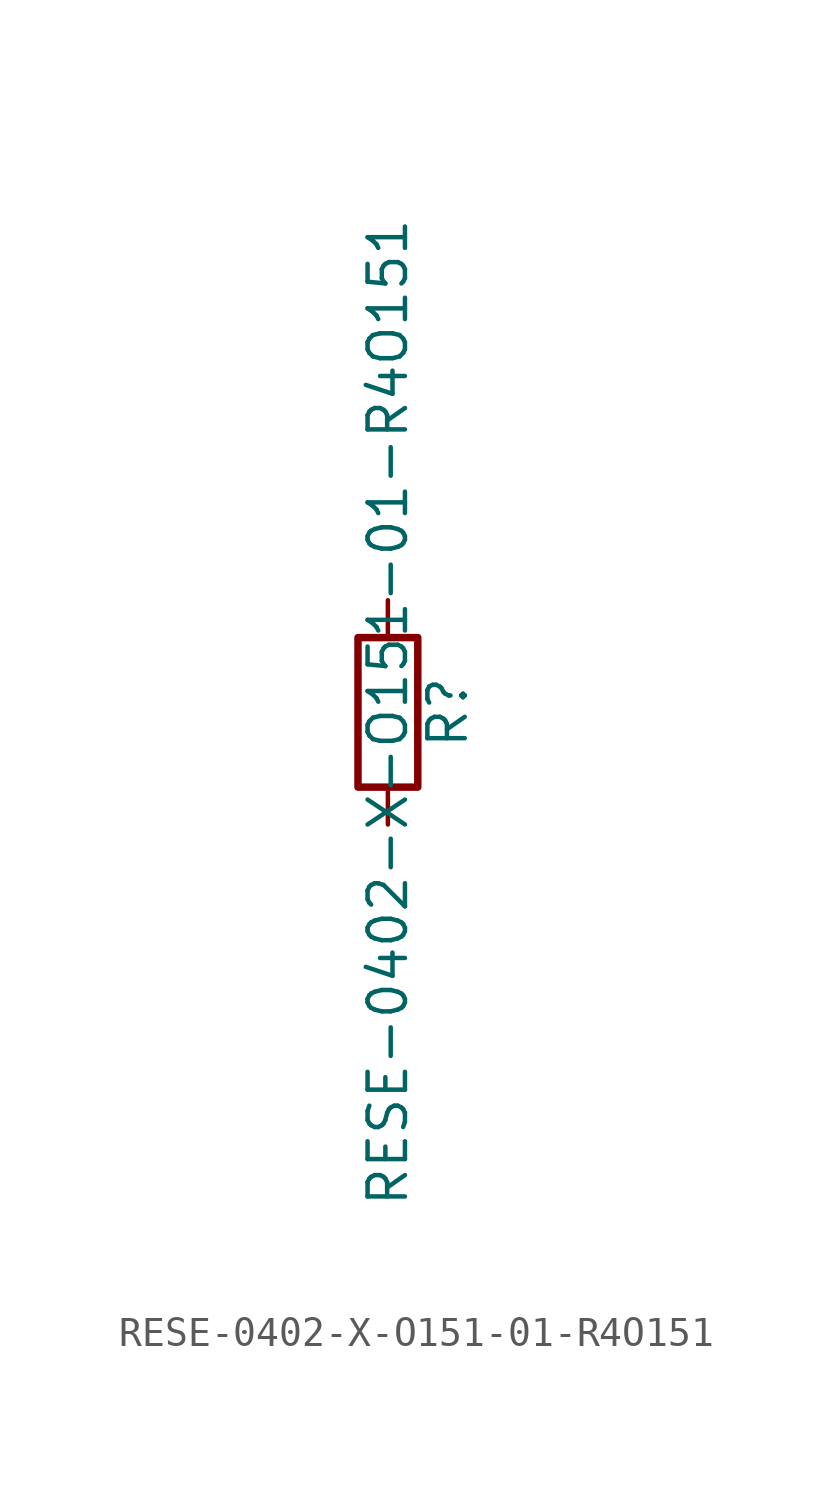
<source format=kicad_sym>
(kicad_symbol_lib
  (version 20211014)
  (generator kicad_symbol_editor)
  (symbol "RESE-0402-X-O151-01-R4O151"
    (pin_numbers hide)
    (pin_names
      (offset 0))
    (property "Reference" "R"
      (at 2.032 0 90)
      (effects (font (size 1.27 1.27))))
    (property "Value" "RESE-0402-X-O151-01-R4O151"
      (at 0 0 90)
      (effects (font (size 1.27 1.27))))
    (symbol "RESE-0402-X-O151-01-R4O151_0_1"
      (rectangle (start -1.016 -2.54) (end 1.016 2.54) (stroke (width 0.254) (type default) (color 0 0 0 0)) (fill (type none))))
    (symbol "RESE-0402-X-O151-01-R4O151_1_1"
      (pin passive line (at 0 3.81 270) (length 1.27) (name "~" (effects (font (size 1.27 1.27)))) (number "1" (effects (font (size 1.27 1.27)))))
      (pin passive line (at 0 -3.81 90) (length 1.27) (name "~" (effects (font (size 1.27 1.27)))) (number "2" (effects (font (size 1.27 1.27))))))))
</source>
